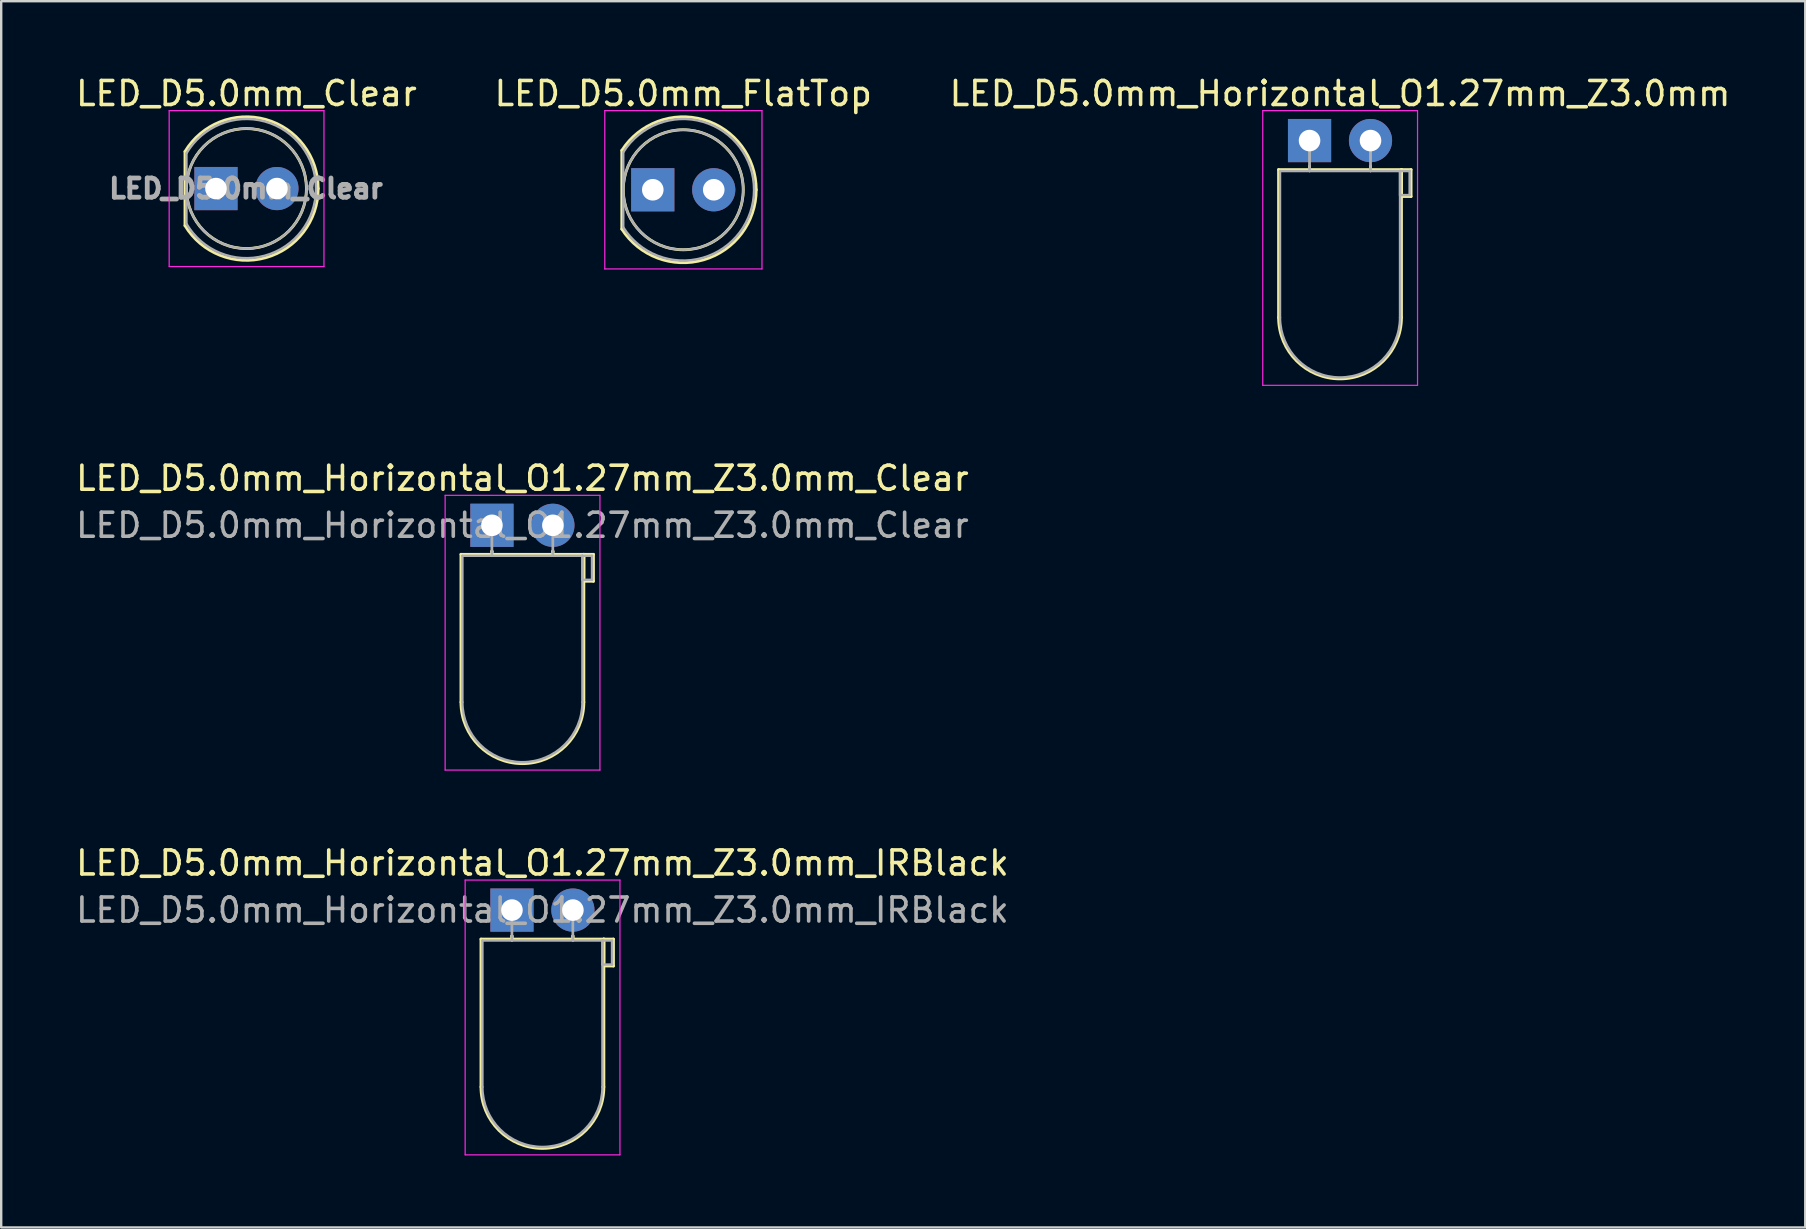
<source format=kicad_pcb>
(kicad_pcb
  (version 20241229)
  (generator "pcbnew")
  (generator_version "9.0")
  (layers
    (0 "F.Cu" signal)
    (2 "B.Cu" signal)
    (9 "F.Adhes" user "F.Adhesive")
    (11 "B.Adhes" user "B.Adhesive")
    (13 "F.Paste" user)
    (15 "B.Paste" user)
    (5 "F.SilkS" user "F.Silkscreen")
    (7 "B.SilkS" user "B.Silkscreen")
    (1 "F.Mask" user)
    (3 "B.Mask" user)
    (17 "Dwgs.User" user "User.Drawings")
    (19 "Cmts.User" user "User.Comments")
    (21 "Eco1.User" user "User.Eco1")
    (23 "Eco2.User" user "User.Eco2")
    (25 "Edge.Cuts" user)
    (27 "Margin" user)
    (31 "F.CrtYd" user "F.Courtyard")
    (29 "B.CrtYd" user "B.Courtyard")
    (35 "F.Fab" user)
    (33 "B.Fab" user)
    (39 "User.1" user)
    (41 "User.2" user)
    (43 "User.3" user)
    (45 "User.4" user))
  (footprint "LED_D5.0mm_Horizontal_O1.27mm_Z3.0mm_IRBlack"
    (layer "F.Cu")
    (at 18.284 34.875)
    (property "Reference" "LED_D5.0mm_Horizontal_O1.27mm_Z3.0mm_IRBlack" (at 1.27 -1.96 0) (layer "F.SilkS") (effects (font (size 1 1) (thickness 0.15))))
    (attr through_hole)
    (fp_line (start -1.29 1.21) (end -1.29 7.37) (stroke (width 0.12) (type solid)) (layer "F.SilkS"))
    (fp_line (start -1.29 1.21) (end 3.83 1.21) (stroke (width 0.12) (type solid)) (layer "F.SilkS"))
    (fp_line (start 0 1.08) (end 0 1.08) (stroke (width 0.12) (type solid)) (layer "F.SilkS"))
    (fp_line (start 0 1.08) (end 0 1.21) (stroke (width 0.12) (type solid)) (layer "F.SilkS"))
    (fp_line (start 0 1.21) (end 0 1.08) (stroke (width 0.12) (type solid)) (layer "F.SilkS"))
    (fp_line (start 0 1.21) (end 0 1.21) (stroke (width 0.12) (type solid)) (layer "F.SilkS"))
    (fp_line (start 2.54 1.08) (end 2.54 1.08) (stroke (width 0.12) (type solid)) (layer "F.SilkS"))
    (fp_line (start 2.54 1.08) (end 2.54 1.21) (stroke (width 0.12) (type solid)) (layer "F.SilkS"))
    (fp_line (start 2.54 1.21) (end 2.54 1.08) (stroke (width 0.12) (type solid)) (layer "F.SilkS"))
    (fp_line (start 2.54 1.21) (end 2.54 1.21) (stroke (width 0.12) (type solid)) (layer "F.SilkS"))
    (fp_line (start 3.83 1.21) (end 3.83 7.37) (stroke (width 0.12) (type solid)) (layer "F.SilkS"))
    (fp_line (start 3.83 1.21) (end 4.23 1.21) (stroke (width 0.12) (type solid)) (layer "F.SilkS"))
    (fp_line (start 3.83 2.33) (end 3.83 1.21) (stroke (width 0.12) (type solid)) (layer "F.SilkS"))
    (fp_line (start 4.23 1.21) (end 4.23 2.33) (stroke (width 0.12) (type solid)) (layer "F.SilkS"))
    (fp_line (start 4.23 2.33) (end 3.83 2.33) (stroke (width 0.12) (type solid)) (layer "F.SilkS"))
    (fp_arc (start 3.83 7.37) (mid 1.27 9.93) (end -1.29 7.37) (stroke (width 0.12) (type solid)) (layer "F.SilkS"))
    (fp_line (start -1.95 -1.25) (end -1.95 10.2) (stroke (width 0.05) (type solid)) (layer "F.CrtYd"))
    (fp_line (start -1.95 10.2) (end 4.5 10.2) (stroke (width 0.05) (type solid)) (layer "F.CrtYd"))
    (fp_line (start 4.5 -1.25) (end -1.95 -1.25) (stroke (width 0.05) (type solid)) (layer "F.CrtYd"))
    (fp_line (start 4.5 10.2) (end 4.5 -1.25) (stroke (width 0.05) (type solid)) (layer "F.CrtYd"))
    (fp_line (start -1.23 1.27) (end -1.23 7.37) (stroke (width 0.1) (type solid)) (layer "F.Fab"))
    (fp_line (start -1.23 1.27) (end 3.77 1.27) (stroke (width 0.1) (type solid)) (layer "F.Fab"))
    (fp_line (start 0 0) (end 0 0) (stroke (width 0.1) (type solid)) (layer "F.Fab"))
    (fp_line (start 0 0) (end 0 1.27) (stroke (width 0.1) (type solid)) (layer "F.Fab"))
    (fp_line (start 0 1.27) (end 0 0) (stroke (width 0.1) (type solid)) (layer "F.Fab"))
    (fp_line (start 0 1.27) (end 0 1.27) (stroke (width 0.1) (type solid)) (layer "F.Fab"))
    (fp_line (start 2.54 0) (end 2.54 0) (stroke (width 0.1) (type solid)) (layer "F.Fab"))
    (fp_line (start 2.54 0) (end 2.54 1.27) (stroke (width 0.1) (type solid)) (layer "F.Fab"))
    (fp_line (start 2.54 1.27) (end 2.54 0) (stroke (width 0.1) (type solid)) (layer "F.Fab"))
    (fp_line (start 2.54 1.27) (end 2.54 1.27) (stroke (width 0.1) (type solid)) (layer "F.Fab"))
    (fp_line (start 3.77 1.27) (end 3.77 7.37) (stroke (width 0.1) (type solid)) (layer "F.Fab"))
    (fp_line (start 3.77 1.27) (end 4.17 1.27) (stroke (width 0.1) (type solid)) (layer "F.Fab"))
    (fp_line (start 3.77 2.27) (end 3.77 1.27) (stroke (width 0.1) (type solid)) (layer "F.Fab"))
    (fp_line (start 4.17 1.27) (end 4.17 2.27) (stroke (width 0.1) (type solid)) (layer "F.Fab"))
    (fp_line (start 4.17 2.27) (end 3.77 2.27) (stroke (width 0.1) (type solid)) (layer "F.Fab"))
    (fp_arc (start 3.77 7.37) (mid 1.27 9.87) (end -1.23 7.37) (stroke (width 0.1) (type solid)) (layer "F.Fab"))
    (fp_text user "${REFERENCE}" (at 1.27 0 0) (layer "F.Fab") (effects (font (size 1 1) (thickness 0.15))))
    (pad "1" thru_hole rect (at 0 0) (size 1.8 1.8) (drill 0.9) (layers "*.Cu" "*.Mask"))
    (pad "2" thru_hole circle (at 2.54 0) (size 1.8 1.8) (drill 0.9) (layers "*.Cu" "*.Mask")))
  (footprint "LED_D5.0mm_Horizontal_O1.27mm_Z3.0mm_Clear"
    (layer "F.Cu")
    (at 17.45 18.841)
    (property "Reference" "LED_D5.0mm_Horizontal_O1.27mm_Z3.0mm_Clear" (at 1.27 -1.96 0) (layer "F.SilkS") (effects (font (size 1 1) (thickness 0.15))))
    (attr through_hole)
    (fp_line (start -1.29 1.21) (end -1.29 7.37) (stroke (width 0.12) (type solid)) (layer "F.SilkS"))
    (fp_line (start -1.29 1.21) (end 3.83 1.21) (stroke (width 0.12) (type solid)) (layer "F.SilkS"))
    (fp_line (start 0 1.08) (end 0 1.08) (stroke (width 0.12) (type solid)) (layer "F.SilkS"))
    (fp_line (start 0 1.08) (end 0 1.21) (stroke (width 0.12) (type solid)) (layer "F.SilkS"))
    (fp_line (start 0 1.21) (end 0 1.08) (stroke (width 0.12) (type solid)) (layer "F.SilkS"))
    (fp_line (start 0 1.21) (end 0 1.21) (stroke (width 0.12) (type solid)) (layer "F.SilkS"))
    (fp_line (start 2.54 1.08) (end 2.54 1.08) (stroke (width 0.12) (type solid)) (layer "F.SilkS"))
    (fp_line (start 2.54 1.08) (end 2.54 1.21) (stroke (width 0.12) (type solid)) (layer "F.SilkS"))
    (fp_line (start 2.54 1.21) (end 2.54 1.08) (stroke (width 0.12) (type solid)) (layer "F.SilkS"))
    (fp_line (start 2.54 1.21) (end 2.54 1.21) (stroke (width 0.12) (type solid)) (layer "F.SilkS"))
    (fp_line (start 3.83 1.21) (end 3.83 7.37) (stroke (width 0.12) (type solid)) (layer "F.SilkS"))
    (fp_line (start 3.83 1.21) (end 4.23 1.21) (stroke (width 0.12) (type solid)) (layer "F.SilkS"))
    (fp_line (start 3.83 2.33) (end 3.83 1.21) (stroke (width 0.12) (type solid)) (layer "F.SilkS"))
    (fp_line (start 4.23 1.21) (end 4.23 2.33) (stroke (width 0.12) (type solid)) (layer "F.SilkS"))
    (fp_line (start 4.23 2.33) (end 3.83 2.33) (stroke (width 0.12) (type solid)) (layer "F.SilkS"))
    (fp_arc (start 3.83 7.37) (mid 1.27 9.93) (end -1.29 7.37) (stroke (width 0.12) (type solid)) (layer "F.SilkS"))
    (fp_line (start -1.95 -1.25) (end -1.95 10.2) (stroke (width 0.05) (type solid)) (layer "F.CrtYd"))
    (fp_line (start -1.95 10.2) (end 4.5 10.2) (stroke (width 0.05) (type solid)) (layer "F.CrtYd"))
    (fp_line (start 4.5 -1.25) (end -1.95 -1.25) (stroke (width 0.05) (type solid)) (layer "F.CrtYd"))
    (fp_line (start 4.5 10.2) (end 4.5 -1.25) (stroke (width 0.05) (type solid)) (layer "F.CrtYd"))
    (fp_line (start -1.23 1.27) (end -1.23 7.37) (stroke (width 0.1) (type solid)) (layer "F.Fab"))
    (fp_line (start -1.23 1.27) (end 3.77 1.27) (stroke (width 0.1) (type solid)) (layer "F.Fab"))
    (fp_line (start 0 0) (end 0 0) (stroke (width 0.1) (type solid)) (layer "F.Fab"))
    (fp_line (start 0 0) (end 0 1.27) (stroke (width 0.1) (type solid)) (layer "F.Fab"))
    (fp_line (start 0 1.27) (end 0 0) (stroke (width 0.1) (type solid)) (layer "F.Fab"))
    (fp_line (start 0 1.27) (end 0 1.27) (stroke (width 0.1) (type solid)) (layer "F.Fab"))
    (fp_line (start 2.54 0) (end 2.54 0) (stroke (width 0.1) (type solid)) (layer "F.Fab"))
    (fp_line (start 2.54 0) (end 2.54 1.27) (stroke (width 0.1) (type solid)) (layer "F.Fab"))
    (fp_line (start 2.54 1.27) (end 2.54 0) (stroke (width 0.1) (type solid)) (layer "F.Fab"))
    (fp_line (start 2.54 1.27) (end 2.54 1.27) (stroke (width 0.1) (type solid)) (layer "F.Fab"))
    (fp_line (start 3.77 1.27) (end 3.77 7.37) (stroke (width 0.1) (type solid)) (layer "F.Fab"))
    (fp_line (start 3.77 1.27) (end 4.17 1.27) (stroke (width 0.1) (type solid)) (layer "F.Fab"))
    (fp_line (start 3.77 2.27) (end 3.77 1.27) (stroke (width 0.1) (type solid)) (layer "F.Fab"))
    (fp_line (start 4.17 1.27) (end 4.17 2.27) (stroke (width 0.1) (type solid)) (layer "F.Fab"))
    (fp_line (start 4.17 2.27) (end 3.77 2.27) (stroke (width 0.1) (type solid)) (layer "F.Fab"))
    (fp_arc (start 3.77 7.37) (mid 1.27 9.87) (end -1.23 7.37) (stroke (width 0.1) (type solid)) (layer "F.Fab"))
    (fp_text user "${REFERENCE}" (at 1.27 0 0) (layer "F.Fab") (effects (font (size 1 1) (thickness 0.15))))
    (pad "1" thru_hole rect (at 0 0) (size 1.8 1.8) (drill 0.9) (layers "*.Cu" "*.Mask"))
    (pad "2" thru_hole circle (at 2.54 0) (size 1.8 1.8) (drill 0.9) (layers "*.Cu" "*.Mask")))
  (footprint "LED_D5.0mm_Horizontal_O1.27mm_Z3.0mm"
    (layer "F.Cu")
    (at 51.522 2.808)
    (property "Reference" "LED_D5.0mm_Horizontal_O1.27mm_Z3.0mm" (at 1.27 -1.96 0) (layer "F.SilkS") (effects (font (size 1 1) (thickness 0.15))))
    (attr through_hole)
    (fp_line (start -1.29 1.21) (end -1.29 7.37) (stroke (width 0.12) (type solid)) (layer "F.SilkS"))
    (fp_line (start -1.29 1.21) (end 3.83 1.21) (stroke (width 0.12) (type solid)) (layer "F.SilkS"))
    (fp_line (start 0 1.08) (end 0 1.08) (stroke (width 0.12) (type solid)) (layer "F.SilkS"))
    (fp_line (start 0 1.08) (end 0 1.21) (stroke (width 0.12) (type solid)) (layer "F.SilkS"))
    (fp_line (start 0 1.21) (end 0 1.08) (stroke (width 0.12) (type solid)) (layer "F.SilkS"))
    (fp_line (start 0 1.21) (end 0 1.21) (stroke (width 0.12) (type solid)) (layer "F.SilkS"))
    (fp_line (start 2.54 1.08) (end 2.54 1.08) (stroke (width 0.12) (type solid)) (layer "F.SilkS"))
    (fp_line (start 2.54 1.08) (end 2.54 1.21) (stroke (width 0.12) (type solid)) (layer "F.SilkS"))
    (fp_line (start 2.54 1.21) (end 2.54 1.08) (stroke (width 0.12) (type solid)) (layer "F.SilkS"))
    (fp_line (start 2.54 1.21) (end 2.54 1.21) (stroke (width 0.12) (type solid)) (layer "F.SilkS"))
    (fp_line (start 3.83 1.21) (end 3.83 7.37) (stroke (width 0.12) (type solid)) (layer "F.SilkS"))
    (fp_line (start 3.83 1.21) (end 4.23 1.21) (stroke (width 0.12) (type solid)) (layer "F.SilkS"))
    (fp_line (start 3.83 2.33) (end 3.83 1.21) (stroke (width 0.12) (type solid)) (layer "F.SilkS"))
    (fp_line (start 4.23 1.21) (end 4.23 2.33) (stroke (width 0.12) (type solid)) (layer "F.SilkS"))
    (fp_line (start 4.23 2.33) (end 3.83 2.33) (stroke (width 0.12) (type solid)) (layer "F.SilkS"))
    (fp_arc (start 3.83 7.37) (mid 1.27 9.93) (end -1.29 7.37) (stroke (width 0.12) (type solid)) (layer "F.SilkS"))
    (fp_line (start -1.95 -1.25) (end -1.95 10.2) (stroke (width 0.05) (type solid)) (layer "F.CrtYd"))
    (fp_line (start -1.95 10.2) (end 4.5 10.2) (stroke (width 0.05) (type solid)) (layer "F.CrtYd"))
    (fp_line (start 4.5 -1.25) (end -1.95 -1.25) (stroke (width 0.05) (type solid)) (layer "F.CrtYd"))
    (fp_line (start 4.5 10.2) (end 4.5 -1.25) (stroke (width 0.05) (type solid)) (layer "F.CrtYd"))
    (fp_line (start -1.23 1.27) (end -1.23 7.37) (stroke (width 0.1) (type solid)) (layer "F.Fab"))
    (fp_line (start -1.23 1.27) (end 3.77 1.27) (stroke (width 0.1) (type solid)) (layer "F.Fab"))
    (fp_line (start 0 0) (end 0 0) (stroke (width 0.1) (type solid)) (layer "F.Fab"))
    (fp_line (start 0 0) (end 0 1.27) (stroke (width 0.1) (type solid)) (layer "F.Fab"))
    (fp_line (start 0 1.27) (end 0 0) (stroke (width 0.1) (type solid)) (layer "F.Fab"))
    (fp_line (start 0 1.27) (end 0 1.27) (stroke (width 0.1) (type solid)) (layer "F.Fab"))
    (fp_line (start 2.54 0) (end 2.54 0) (stroke (width 0.1) (type solid)) (layer "F.Fab"))
    (fp_line (start 2.54 0) (end 2.54 1.27) (stroke (width 0.1) (type solid)) (layer "F.Fab"))
    (fp_line (start 2.54 1.27) (end 2.54 0) (stroke (width 0.1) (type solid)) (layer "F.Fab"))
    (fp_line (start 2.54 1.27) (end 2.54 1.27) (stroke (width 0.1) (type solid)) (layer "F.Fab"))
    (fp_line (start 3.77 1.27) (end 3.77 7.37) (stroke (width 0.1) (type solid)) (layer "F.Fab"))
    (fp_line (start 3.77 1.27) (end 4.17 1.27) (stroke (width 0.1) (type solid)) (layer "F.Fab"))
    (fp_line (start 3.77 2.27) (end 3.77 1.27) (stroke (width 0.1) (type solid)) (layer "F.Fab"))
    (fp_line (start 4.17 1.27) (end 4.17 2.27) (stroke (width 0.1) (type solid)) (layer "F.Fab"))
    (fp_line (start 4.17 2.27) (end 3.77 2.27) (stroke (width 0.1) (type solid)) (layer "F.Fab"))
    (fp_arc (start 3.77 7.37) (mid 1.27 9.87) (end -1.23 7.37) (stroke (width 0.1) (type solid)) (layer "F.Fab"))
    (pad "1" thru_hole rect (at 0 0) (size 1.8 1.8) (drill 0.9) (layers "*.Cu" "*.Mask"))
    (pad "2" thru_hole circle (at 2.54 0) (size 1.8 1.8) (drill 0.9) (layers "*.Cu" "*.Mask")))
  (footprint "LED_D5.0mm_FlatTop"
    (layer "F.Cu")
    (at 24.153 4.858)
    (property "Reference" "LED_D5.0mm_FlatTop" (at 1.27 -4.01 0) (layer "F.SilkS") (effects (font (size 1 1) (thickness 0.15))))
    (attr through_hole)
    (fp_line (start -1.29 -1.64) (end -1.29 1.64) (stroke (width 0.12) (type solid)) (layer "F.SilkS"))
    (fp_arc (start -1.29 -1.639512) (mid 2.125106 -2.917258) (end 4.309999 0.001958) (stroke (width 0.12) (type solid)) (layer "F.SilkS"))
    (fp_arc (start 4.309999 -0.001958) (mid 2.125106 2.917258) (end -1.29 1.639512) (stroke (width 0.12) (type solid)) (layer "F.SilkS"))
    (fp_circle (center 1.27 0) (end 3.77 0) (stroke (width 0.12) (type solid)) (fill no) (layer "F.SilkS"))
    (fp_line (start -2 -3.3) (end -2 3.3) (stroke (width 0.05) (type solid)) (layer "F.CrtYd"))
    (fp_line (start -2 3.3) (end 4.55 3.3) (stroke (width 0.05) (type solid)) (layer "F.CrtYd"))
    (fp_line (start 4.55 -3.3) (end -2 -3.3) (stroke (width 0.05) (type solid)) (layer "F.CrtYd"))
    (fp_line (start 4.55 3.3) (end 4.55 -3.3) (stroke (width 0.05) (type solid)) (layer "F.CrtYd"))
    (fp_line (start -1.23 -1.566) (end -1.23 1.566) (stroke (width 0.1) (type solid)) (layer "F.Fab"))
    (fp_arc (start -1.23 -1.566046) (mid 4.22 0.00071) (end -1.230753 1.564843) (stroke (width 0.1) (type solid)) (layer "F.Fab"))
    (fp_circle (center 1.27 0) (end 3.77 0) (stroke (width 0.1) (type solid)) (fill no) (layer "F.Fab"))
    (pad "1" thru_hole rect (at 0 0) (size 1.8 1.8) (drill 0.9) (layers "*.Cu" "*.Mask"))
    (pad "2" thru_hole circle (at 2.54 0) (size 1.8 1.8) (drill 0.9) (layers "*.Cu" "*.Mask")))
  (footprint "LED_D5.0mm_Clear"
    (layer "F.Cu")
    (at 5.95 4.808)
    (property "Reference" "LED_D5.0mm_Clear" (at 1.27 -3.96 0) (layer "F.SilkS") (effects (font (size 1 1) (thickness 0.15))))
    (attr through_hole)
    (fp_line (start -1.29 -1.545) (end -1.29 1.545) (stroke (width 0.12) (type solid)) (layer "F.SilkS"))
    (fp_arc (start -1.29 -1.54483) (mid 2.072002 -2.880433) (end 4.26 0.000462) (stroke (width 0.12) (type solid)) (layer "F.SilkS"))
    (fp_arc (start 4.26 -0.000462) (mid 2.072002 2.880433) (end -1.29 1.54483) (stroke (width 0.12) (type solid)) (layer "F.SilkS"))
    (fp_circle (center 1.27 0) (end 3.77 0) (stroke (width 0.12) (type solid)) (fill no) (layer "F.SilkS"))
    (fp_line (start -1.95 -3.25) (end -1.95 3.25) (stroke (width 0.05) (type solid)) (layer "F.CrtYd"))
    (fp_line (start -1.95 3.25) (end 4.5 3.25) (stroke (width 0.05) (type solid)) (layer "F.CrtYd"))
    (fp_line (start 4.5 -3.25) (end -1.95 -3.25) (stroke (width 0.05) (type solid)) (layer "F.CrtYd"))
    (fp_line (start 4.5 3.25) (end 4.5 -3.25) (stroke (width 0.05) (type solid)) (layer "F.CrtYd"))
    (fp_line (start -1.23 -1.47) (end -1.23 1.47) (stroke (width 0.1) (type solid)) (layer "F.Fab"))
    (fp_arc (start -1.23 -1.469694) (mid 4.17 0.000016) (end -1.230016 1.469666) (stroke (width 0.1) (type solid)) (layer "F.Fab"))
    (fp_circle (center 1.27 0) (end 3.77 0) (stroke (width 0.1) (type solid)) (fill no) (layer "F.Fab"))
    (fp_text user "${REFERENCE}" (at 1.25 0 0) (layer "F.Fab") (effects (font (size 0.8 0.8) (thickness 0.2))))
    (pad "1" thru_hole rect (at 0 0) (size 1.8 1.8) (drill 0.9) (layers "*.Cu" "*.Mask"))
    (pad "2" thru_hole circle (at 2.54 0) (size 1.8 1.8) (drill 0.9) (layers "*.Cu" "*.Mask")))
  (gr_rect
    (start -3 -3)
    (end 72.179 48.1)
    (stroke (width 0.1) (type default))
    (fill no)
    (layer "Edge.Cuts")))
</source>
